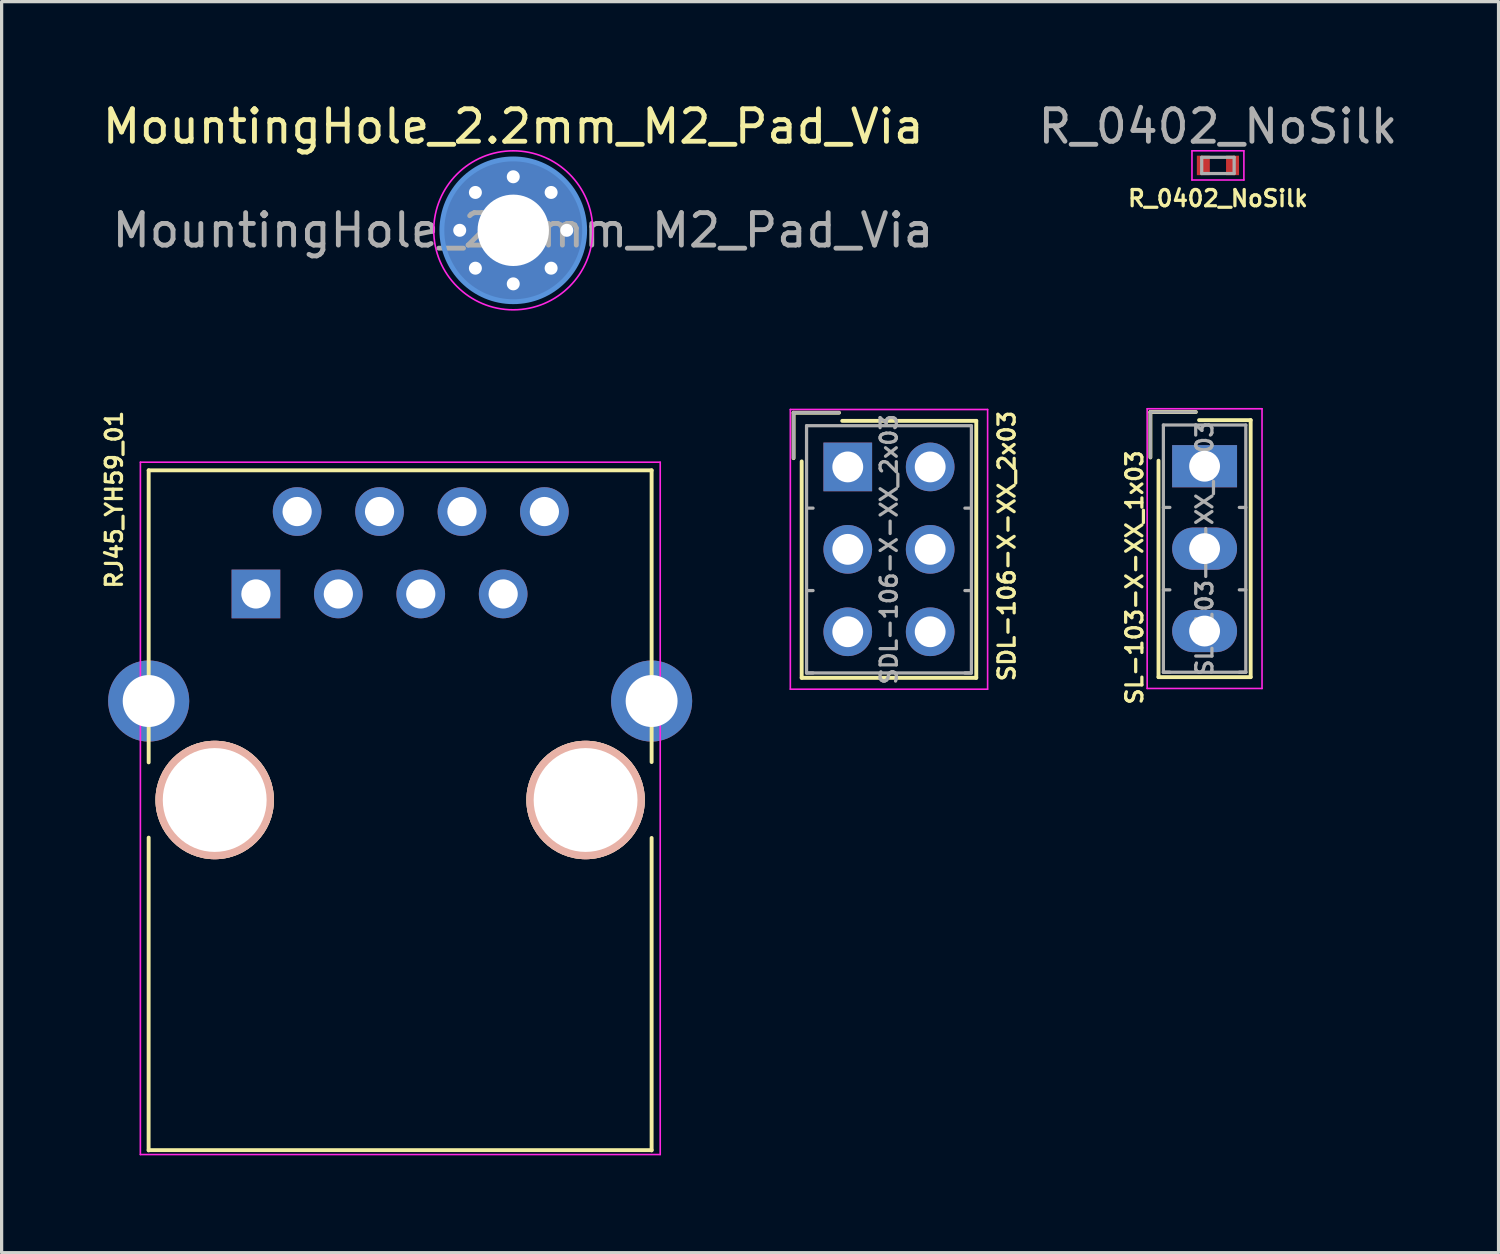
<source format=kicad_pcb>
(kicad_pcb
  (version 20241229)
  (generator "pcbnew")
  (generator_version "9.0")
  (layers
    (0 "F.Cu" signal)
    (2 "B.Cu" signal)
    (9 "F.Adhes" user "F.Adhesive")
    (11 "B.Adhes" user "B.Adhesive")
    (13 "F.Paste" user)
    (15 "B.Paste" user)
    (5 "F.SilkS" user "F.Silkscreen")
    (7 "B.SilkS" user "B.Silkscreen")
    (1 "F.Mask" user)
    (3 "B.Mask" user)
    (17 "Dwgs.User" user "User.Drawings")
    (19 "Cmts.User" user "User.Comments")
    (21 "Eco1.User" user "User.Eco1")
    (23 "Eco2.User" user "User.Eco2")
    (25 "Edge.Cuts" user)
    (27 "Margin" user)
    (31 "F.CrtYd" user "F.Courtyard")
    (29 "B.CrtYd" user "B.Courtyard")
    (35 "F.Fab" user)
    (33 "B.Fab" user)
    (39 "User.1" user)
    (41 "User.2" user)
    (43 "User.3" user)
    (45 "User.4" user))
  (footprint "RJ45_YH59_01"
    (layer "F.Cu")
    (at 4.832 15.259)
    (property "Reference" "RJ45_YH59_01" (at -4.364 -2.91 90) (layer "F.SilkS") (effects (font (size 0.5 0.5) (thickness 0.1))))
    (attr through_hole)
    (fp_line (start -3.3 -3.814) (end -3.3 5.186) (stroke (width 0.12) (type solid)) (layer "F.SilkS"))
    (fp_line (start -3.3 7.506) (end -3.302 17.145) (stroke (width 0.12) (type solid)) (layer "F.SilkS"))
    (fp_line (start -3.3 17.136) (end 12.2 17.136) (stroke (width 0.12) (type solid)) (layer "F.SilkS"))
    (fp_line (start 12.2 -3.814) (end -3.3 -3.814) (stroke (width 0.12) (type solid)) (layer "F.SilkS"))
    (fp_line (start 12.2 -3.814) (end 12.2 5.176) (stroke (width 0.12) (type solid)) (layer "F.SilkS"))
    (fp_line (start 12.2 7.516) (end 12.2 17.145) (stroke (width 0.12) (type solid)) (layer "F.SilkS"))
    (fp_line (start -3.555 -4.064) (end -3.556 17.272) (stroke (width 0.05) (type solid)) (layer "F.CrtYd"))
    (fp_line (start -3.555 -4.064) (end 12.465 -4.064) (stroke (width 0.05) (type solid)) (layer "F.CrtYd"))
    (fp_line (start 12.464 17.272) (end -3.556 17.272) (stroke (width 0.05) (type solid)) (layer "F.CrtYd"))
    (fp_line (start 12.465 17.272) (end 12.465 -4.064) (stroke (width 0.05) (type solid)) (layer "F.CrtYd"))
    (pad "" np_thru_hole circle (at -1.265 6.346) (size 3.65 3.65) (drill 3.2) (layers "*.Cu" "*.SilkS" "*.Mask"))
    (pad "" np_thru_hole circle (at 10.165 6.346) (size 3.65 3.65) (drill 3.2) (layers "*.Cu" "*.SilkS" "*.Mask"))
    (pad "1" thru_hole rect (at 0.005 -0.004) (size 1.5 1.5) (drill 0.9) (layers "*.Cu" "*.Mask"))
    (pad "2" thru_hole circle (at 1.275 -2.544) (size 1.5 1.5) (drill 0.9) (layers "*.Cu" "*.Mask"))
    (pad "3" thru_hole circle (at 2.545 -0.004) (size 1.5 1.5) (drill 0.9) (layers "*.Cu" "*.Mask"))
    (pad "4" thru_hole circle (at 3.815 -2.544) (size 1.5 1.5) (drill 0.9) (layers "*.Cu" "*.Mask"))
    (pad "5" thru_hole circle (at 5.085 -0.004) (size 1.5 1.5) (drill 0.9) (layers "*.Cu" "*.Mask"))
    (pad "6" thru_hole circle (at 6.355 -2.544) (size 1.5 1.5) (drill 0.9) (layers "*.Cu" "*.Mask"))
    (pad "7" thru_hole circle (at 7.625 -0.004) (size 1.5 1.5) (drill 0.9) (layers "*.Cu" "*.Mask"))
    (pad "8" thru_hole circle (at 8.895 -2.544) (size 1.5 1.5) (drill 0.9) (layers "*.Cu" "*.Mask"))
    (pad "9" thru_hole circle (at -3.3 3.296) (size 2.5 2.5) (drill 1.6) (layers "*.Cu" "*.Mask"))
    (pad "9" thru_hole circle (at 12.2 3.296) (size 2.5 2.5) (drill 1.6) (layers "*.Cu" "*.Mask")))
  (footprint "SL-103-X-XX_1x03"
    (layer "F.Cu")
    (at 34.074 11.318)
    (property "Reference" "SL-103-X-XX_1x03" (at -2.159 3.429 90) (layer "F.SilkS") (effects (font (size 0.5 0.5) (thickness 0.1))))
    (attr through_hole)
    (fp_line (start -1.67 -1.67) (end -1.67 -0.27) (stroke (width 0.12) (type solid)) (layer "F.SilkS"))
    (fp_line (start -1.42 6.5) (end -1.42 -0.17) (stroke (width 0.12) (type solid)) (layer "F.SilkS"))
    (fp_line (start -0.27 -1.67) (end -1.67 -1.67) (stroke (width 0.12) (type solid)) (layer "F.SilkS"))
    (fp_line (start -0.17 -1.42) (end 1.42 -1.42) (stroke (width 0.12) (type solid)) (layer "F.SilkS"))
    (fp_line (start 1.42 -1.42) (end 1.42 6.5) (stroke (width 0.12) (type solid)) (layer "F.SilkS"))
    (fp_line (start 1.42 6.5) (end -1.42 6.5) (stroke (width 0.12) (type solid)) (layer "F.SilkS"))
    (fp_line (start -1.77 -1.77) (end -1.77 6.85) (stroke (width 0.05) (type solid)) (layer "F.CrtYd"))
    (fp_line (start -1.77 6.85) (end 1.77 6.85) (stroke (width 0.05) (type solid)) (layer "F.CrtYd"))
    (fp_line (start 1.77 -1.77) (end -1.77 -1.77) (stroke (width 0.05) (type solid)) (layer "F.CrtYd"))
    (fp_line (start 1.77 6.85) (end 1.77 -1.77) (stroke (width 0.05) (type solid)) (layer "F.CrtYd"))
    (fp_line (start -1.67 -1.67) (end -1.67 -0.27) (stroke (width 0.1) (type solid)) (layer "F.Fab"))
    (fp_line (start -1.27 -1.27) (end -1.27 6.35) (stroke (width 0.1) (type solid)) (layer "F.Fab"))
    (fp_line (start -1.27 1.27) (end -1.07 1.27) (stroke (width 0.1) (type solid)) (layer "F.Fab"))
    (fp_line (start -1.27 3.81) (end -1.07 3.81) (stroke (width 0.1) (type solid)) (layer "F.Fab"))
    (fp_line (start -1.27 6.35) (end -1.07 6.35) (stroke (width 0.1) (type solid)) (layer "F.Fab"))
    (fp_line (start -1.27 6.35) (end 1.27 6.35) (stroke (width 0.1) (type solid)) (layer "F.Fab"))
    (fp_line (start -0.27 -1.67) (end -1.67 -1.67) (stroke (width 0.1) (type solid)) (layer "F.Fab"))
    (fp_line (start 1.27 -1.27) (end -1.27 -1.27) (stroke (width 0.1) (type solid)) (layer "F.Fab"))
    (fp_line (start 1.27 1.27) (end 1.07 1.27) (stroke (width 0.1) (type solid)) (layer "F.Fab"))
    (fp_line (start 1.27 3.81) (end 1.07 3.81) (stroke (width 0.1) (type solid)) (layer "F.Fab"))
    (fp_line (start 1.27 6.35) (end 1.07 6.35) (stroke (width 0.1) (type solid)) (layer "F.Fab"))
    (fp_line (start 1.27 6.35) (end 1.27 -1.27) (stroke (width 0.1) (type solid)) (layer "F.Fab"))
    (fp_text user "${REFERENCE}" (at 0 2.54 90) (layer "F.Fab") (effects (font (size 0.5 0.5) (thickness 0.1))))
    (pad "1" thru_hole rect (at 0 0) (size 2 1.3) (drill 0.95) (layers "*.Cu" "*.Mask"))
    (pad "2" thru_hole oval (at 0 2.54) (size 2 1.3) (drill 0.95) (layers "*.Cu" "*.Mask"))
    (pad "3" thru_hole oval (at 0 5.08) (size 2 1.3) (drill 0.95) (layers "*.Cu" "*.Mask")))
  (footprint "SDL-106-X-XX_2x03"
    (layer "F.Cu")
    (at 23.077 11.34)
    (property "Reference" "SDL-106-X-XX_2x03" (at 4.902 2.438 90) (layer "F.SilkS") (effects (font (size 0.5 0.5) (thickness 0.1))))
    (attr through_hole)
    (fp_line (start -1.67 -1.67) (end -1.67 -0.27) (stroke (width 0.12) (type solid)) (layer "F.SilkS"))
    (fp_line (start -1.42 6.5) (end -1.42 -0.17) (stroke (width 0.12) (type solid)) (layer "F.SilkS"))
    (fp_line (start -0.27 -1.67) (end -1.67 -1.67) (stroke (width 0.12) (type solid)) (layer "F.SilkS"))
    (fp_line (start -0.17 -1.42) (end 3.96 -1.42) (stroke (width 0.12) (type solid)) (layer "F.SilkS"))
    (fp_line (start 3.96 -1.42) (end 3.96 6.5) (stroke (width 0.12) (type solid)) (layer "F.SilkS"))
    (fp_line (start 3.96 6.5) (end -1.42 6.5) (stroke (width 0.12) (type solid)) (layer "F.SilkS"))
    (fp_line (start -1.77 -1.77) (end -1.77 6.85) (stroke (width 0.05) (type solid)) (layer "F.CrtYd"))
    (fp_line (start -1.77 6.85) (end 4.31 6.85) (stroke (width 0.05) (type solid)) (layer "F.CrtYd"))
    (fp_line (start 4.31 -1.77) (end -1.77 -1.77) (stroke (width 0.05) (type solid)) (layer "F.CrtYd"))
    (fp_line (start 4.31 6.85) (end 4.31 -1.77) (stroke (width 0.05) (type solid)) (layer "F.CrtYd"))
    (fp_line (start -1.67 -1.67) (end -1.67 -0.27) (stroke (width 0.1) (type solid)) (layer "F.Fab"))
    (fp_line (start -1.27 -1.27) (end -1.27 6.35) (stroke (width 0.1) (type solid)) (layer "F.Fab"))
    (fp_line (start -1.27 1.27) (end -1.07 1.27) (stroke (width 0.1) (type solid)) (layer "F.Fab"))
    (fp_line (start -1.27 3.81) (end -1.07 3.81) (stroke (width 0.1) (type solid)) (layer "F.Fab"))
    (fp_line (start -1.27 6.35) (end -1.07 6.35) (stroke (width 0.1) (type solid)) (layer "F.Fab"))
    (fp_line (start -1.27 6.35) (end 3.81 6.35) (stroke (width 0.1) (type solid)) (layer "F.Fab"))
    (fp_line (start -0.27 -1.67) (end -1.67 -1.67) (stroke (width 0.1) (type solid)) (layer "F.Fab"))
    (fp_line (start 3.81 -1.27) (end -1.27 -1.27) (stroke (width 0.1) (type solid)) (layer "F.Fab"))
    (fp_line (start 3.81 1.27) (end 3.61 1.27) (stroke (width 0.1) (type solid)) (layer "F.Fab"))
    (fp_line (start 3.81 3.81) (end 3.61 3.81) (stroke (width 0.1) (type solid)) (layer "F.Fab"))
    (fp_line (start 3.81 6.35) (end 3.61 6.35) (stroke (width 0.1) (type solid)) (layer "F.Fab"))
    (fp_line (start 3.81 6.35) (end 3.81 -1.27) (stroke (width 0.1) (type solid)) (layer "F.Fab"))
    (fp_text user "${REFERENCE}" (at 1.27 2.54 90) (layer "F.Fab") (effects (font (size 0.5 0.5) (thickness 0.1))))
    (pad "1" thru_hole rect (at 0 0) (size 1.5 1.5) (drill 0.95) (layers "*.Cu" "*.Mask"))
    (pad "2" thru_hole oval (at 2.54 0) (size 1.5 1.5) (drill 0.95) (layers "*.Cu" "*.Mask"))
    (pad "3" thru_hole oval (at 0 2.54) (size 1.5 1.5) (drill 0.95) (layers "*.Cu" "*.Mask"))
    (pad "4" thru_hole oval (at 2.54 2.54) (size 1.5 1.5) (drill 0.95) (layers "*.Cu" "*.Mask"))
    (pad "5" thru_hole oval (at 0 5.08) (size 1.5 1.5) (drill 0.95) (layers "*.Cu" "*.Mask"))
    (pad "6" thru_hole oval (at 2.54 5.08) (size 1.5 1.5) (drill 0.95) (layers "*.Cu" "*.Mask")))
  (footprint "MountingHole_2.2mm_M2_Pad_Via"
    (layer "F.Cu")
    (at 12.768 4.048)
    (property "Reference" "MountingHole_2.2mm_M2_Pad_Via" (at 0 -3.2 0) (layer "F.SilkS") (effects (font (size 1 1) (thickness 0.15))))
    (attr exclude_from_pos_files exclude_from_bom)
    (fp_circle (center 0 0) (end 2.2 0) (stroke (width 0.15) (type solid)) (fill no) (layer "Cmts.User"))
    (fp_circle (center 0 0) (end 2.45 0) (stroke (width 0.05) (type solid)) (fill no) (layer "F.CrtYd"))
    (fp_text user "${REFERENCE}" (at 0.3 0 0) (layer "F.Fab") (effects (font (size 1 1) (thickness 0.15))))
    (pad "1" thru_hole circle (at -1.65 0) (size 0.7 0.7) (drill 0.4) (layers "*.Cu" "*.Mask"))
    (pad "1" thru_hole circle (at -1.167 -1.167) (size 0.7 0.7) (drill 0.4) (layers "*.Cu" "*.Mask"))
    (pad "1" thru_hole circle (at -1.167 1.167) (size 0.7 0.7) (drill 0.4) (layers "*.Cu" "*.Mask"))
    (pad "1" thru_hole circle (at 0 -1.65) (size 0.7 0.7) (drill 0.4) (layers "*.Cu" "*.Mask"))
    (pad "1" thru_hole circle (at 0 0) (size 4.4 4.4) (drill 2.2) (layers "*.Cu" "*.Mask"))
    (pad "1" thru_hole circle (at 0 1.65) (size 0.7 0.7) (drill 0.4) (layers "*.Cu" "*.Mask"))
    (pad "1" thru_hole circle (at 1.167 -1.167) (size 0.7 0.7) (drill 0.4) (layers "*.Cu" "*.Mask"))
    (pad "1" thru_hole circle (at 1.167 1.167) (size 0.7 0.7) (drill 0.4) (layers "*.Cu" "*.Mask"))
    (pad "1" thru_hole circle (at 1.65 0) (size 0.7 0.7) (drill 0.4) (layers "*.Cu" "*.Mask")))
  (footprint "R_0402_NoSilk"
    (layer "F.Cu")
    (at 34.485 2.048)
    (property "Reference" "R_0402_NoSilk" (at 0 1.016 0) (layer "F.SilkS") (effects (font (size 0.5 0.5) (thickness 0.1))))
    (attr through_hole)
    (fp_line (start -0.8 -0.45) (end -0.8 0.45) (stroke (width 0.05) (type solid)) (layer "F.CrtYd"))
    (fp_line (start -0.8 -0.45) (end 0.8 -0.45) (stroke (width 0.05) (type solid)) (layer "F.CrtYd"))
    (fp_line (start 0.8 0.45) (end -0.8 0.45) (stroke (width 0.05) (type solid)) (layer "F.CrtYd"))
    (fp_line (start 0.8 0.45) (end 0.8 -0.45) (stroke (width 0.05) (type solid)) (layer "F.CrtYd"))
    (fp_line (start -0.5 -0.25) (end 0.5 -0.25) (stroke (width 0.1) (type solid)) (layer "F.Fab"))
    (fp_line (start -0.5 0.25) (end -0.5 -0.25) (stroke (width 0.1) (type solid)) (layer "F.Fab"))
    (fp_line (start 0.5 -0.25) (end 0.5 0.25) (stroke (width 0.1) (type solid)) (layer "F.Fab"))
    (fp_line (start 0.5 0.25) (end -0.5 0.25) (stroke (width 0.1) (type solid)) (layer "F.Fab"))
    (fp_text user "${REFERENCE}" (at 0 -1.2 0) (layer "F.Fab") (effects (font (size 1 1) (thickness 0.15))))
    (pad "1" smd rect (at -0.45 0) (size 0.4 0.6) (layers "F.Cu" "F.Mask" "F.Paste"))
    (pad "2" smd rect (at 0.45 0) (size 0.4 0.6) (layers "F.Cu" "F.Mask" "F.Paste")))
  (gr_rect
    (start -3 -3)
    (end 43.133 35.556)
    (stroke (width 0.1) (type default))
    (fill no)
    (layer "Edge.Cuts")))
</source>
